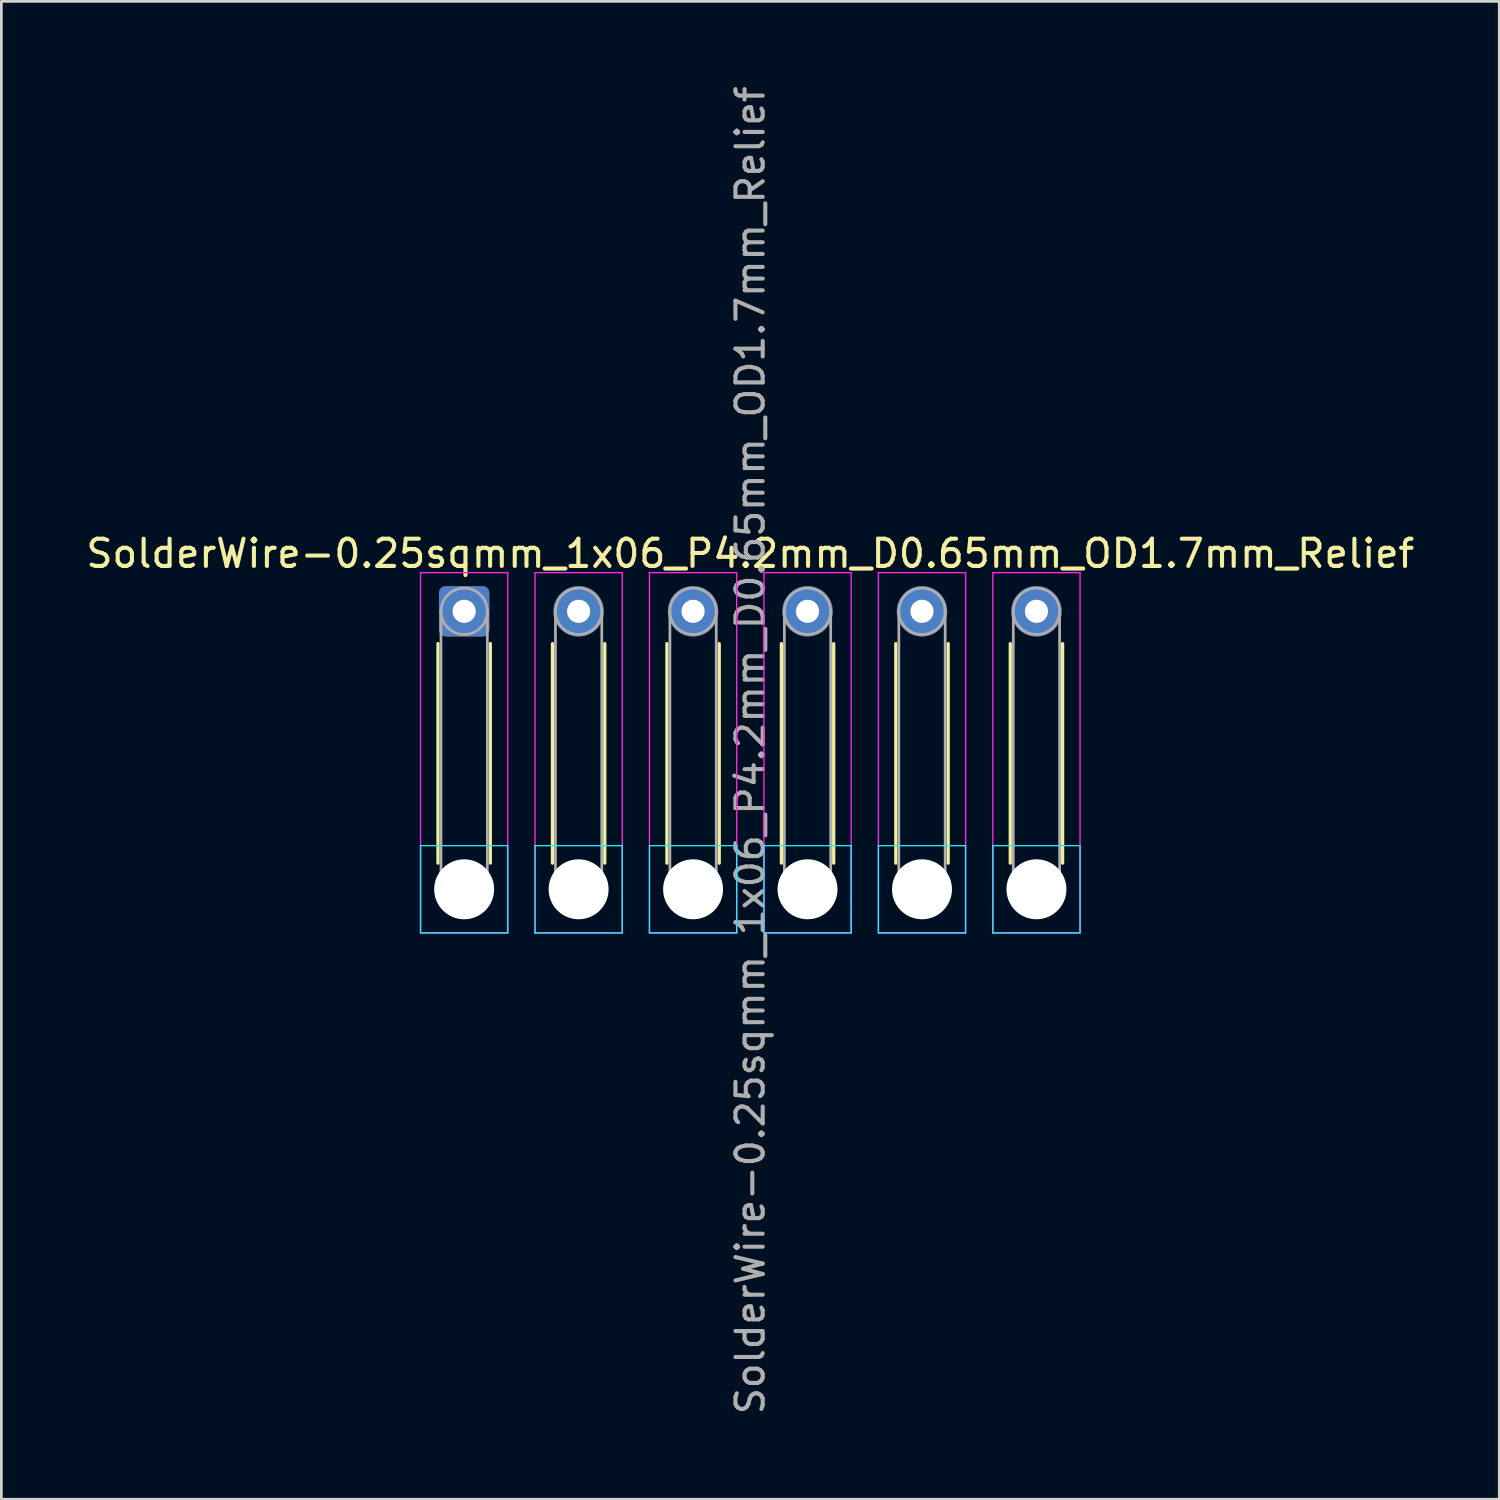
<source format=kicad_pcb>
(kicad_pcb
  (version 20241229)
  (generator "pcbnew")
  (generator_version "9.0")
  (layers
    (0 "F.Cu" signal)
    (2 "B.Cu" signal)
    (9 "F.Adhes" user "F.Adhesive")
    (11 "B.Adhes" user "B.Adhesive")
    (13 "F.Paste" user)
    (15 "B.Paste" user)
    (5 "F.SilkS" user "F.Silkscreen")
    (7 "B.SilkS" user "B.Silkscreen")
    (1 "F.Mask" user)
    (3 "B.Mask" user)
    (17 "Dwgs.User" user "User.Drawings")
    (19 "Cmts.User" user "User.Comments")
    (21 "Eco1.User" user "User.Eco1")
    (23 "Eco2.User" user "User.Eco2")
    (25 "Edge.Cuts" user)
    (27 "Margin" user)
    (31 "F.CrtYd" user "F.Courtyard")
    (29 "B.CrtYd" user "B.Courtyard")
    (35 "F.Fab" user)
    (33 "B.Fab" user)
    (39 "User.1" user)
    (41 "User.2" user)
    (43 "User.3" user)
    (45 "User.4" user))
  (footprint "SolderWire-0.25sqmm_1x06_P4.2mm_D0.65mm_OD1.7mm_Relief"
    (layer "F.Cu")
    (at 13.982 19.382)
    (property "Reference" "SolderWire-0.25sqmm_1x06_P4.2mm_D0.65mm_OD1.7mm_Relief" (at 10.5 -2.12 0) (layer "F.SilkS") (effects (font (size 1 1) (thickness 0.15))))
    (attr exclude_from_pos_files exclude_from_bom)
    (fp_line (start -0.96 1.185) (end -0.96 9.24) (stroke (width 0.12) (type solid)) (layer "F.SilkS"))
    (fp_line (start 0.96 1.185) (end 0.96 9.24) (stroke (width 0.12) (type solid)) (layer "F.SilkS"))
    (fp_line (start 3.24 1.185) (end 3.24 9.24) (stroke (width 0.12) (type solid)) (layer "F.SilkS"))
    (fp_line (start 5.16 1.185) (end 5.16 9.24) (stroke (width 0.12) (type solid)) (layer "F.SilkS"))
    (fp_line (start 7.44 1.185) (end 7.44 9.24) (stroke (width 0.12) (type solid)) (layer "F.SilkS"))
    (fp_line (start 9.36 1.185) (end 9.36 9.24) (stroke (width 0.12) (type solid)) (layer "F.SilkS"))
    (fp_line (start 11.64 1.185) (end 11.64 9.24) (stroke (width 0.12) (type solid)) (layer "F.SilkS"))
    (fp_line (start 13.56 1.185) (end 13.56 9.24) (stroke (width 0.12) (type solid)) (layer "F.SilkS"))
    (fp_line (start 15.84 1.185) (end 15.84 9.24) (stroke (width 0.12) (type solid)) (layer "F.SilkS"))
    (fp_line (start 17.76 1.185) (end 17.76 9.24) (stroke (width 0.12) (type solid)) (layer "F.SilkS"))
    (fp_line (start 20.04 1.185) (end 20.04 9.24) (stroke (width 0.12) (type solid)) (layer "F.SilkS"))
    (fp_line (start 21.96 1.185) (end 21.96 9.24) (stroke (width 0.12) (type solid)) (layer "F.SilkS"))
    (fp_line (start -1.6 8.6) (end -1.6 11.8) (stroke (width 0.05) (type solid)) (layer "B.CrtYd"))
    (fp_line (start -1.6 11.8) (end 1.6 11.8) (stroke (width 0.05) (type solid)) (layer "B.CrtYd"))
    (fp_line (start 1.6 8.6) (end -1.6 8.6) (stroke (width 0.05) (type solid)) (layer "B.CrtYd"))
    (fp_line (start 1.6 11.8) (end 1.6 8.6) (stroke (width 0.05) (type solid)) (layer "B.CrtYd"))
    (fp_line (start 2.6 8.6) (end 2.6 11.8) (stroke (width 0.05) (type solid)) (layer "B.CrtYd"))
    (fp_line (start 2.6 11.8) (end 5.8 11.8) (stroke (width 0.05) (type solid)) (layer "B.CrtYd"))
    (fp_line (start 5.8 8.6) (end 2.6 8.6) (stroke (width 0.05) (type solid)) (layer "B.CrtYd"))
    (fp_line (start 5.8 11.8) (end 5.8 8.6) (stroke (width 0.05) (type solid)) (layer "B.CrtYd"))
    (fp_line (start 6.8 8.6) (end 6.8 11.8) (stroke (width 0.05) (type solid)) (layer "B.CrtYd"))
    (fp_line (start 6.8 11.8) (end 10 11.8) (stroke (width 0.05) (type solid)) (layer "B.CrtYd"))
    (fp_line (start 10 8.6) (end 6.8 8.6) (stroke (width 0.05) (type solid)) (layer "B.CrtYd"))
    (fp_line (start 10 11.8) (end 10 8.6) (stroke (width 0.05) (type solid)) (layer "B.CrtYd"))
    (fp_line (start 11 8.6) (end 11 11.8) (stroke (width 0.05) (type solid)) (layer "B.CrtYd"))
    (fp_line (start 11 11.8) (end 14.2 11.8) (stroke (width 0.05) (type solid)) (layer "B.CrtYd"))
    (fp_line (start 14.2 8.6) (end 11 8.6) (stroke (width 0.05) (type solid)) (layer "B.CrtYd"))
    (fp_line (start 14.2 11.8) (end 14.2 8.6) (stroke (width 0.05) (type solid)) (layer "B.CrtYd"))
    (fp_line (start 15.2 8.6) (end 15.2 11.8) (stroke (width 0.05) (type solid)) (layer "B.CrtYd"))
    (fp_line (start 15.2 11.8) (end 18.4 11.8) (stroke (width 0.05) (type solid)) (layer "B.CrtYd"))
    (fp_line (start 18.4 8.6) (end 15.2 8.6) (stroke (width 0.05) (type solid)) (layer "B.CrtYd"))
    (fp_line (start 18.4 11.8) (end 18.4 8.6) (stroke (width 0.05) (type solid)) (layer "B.CrtYd"))
    (fp_line (start 19.4 8.6) (end 19.4 11.8) (stroke (width 0.05) (type solid)) (layer "B.CrtYd"))
    (fp_line (start 19.4 11.8) (end 22.6 11.8) (stroke (width 0.05) (type solid)) (layer "B.CrtYd"))
    (fp_line (start 22.6 8.6) (end 19.4 8.6) (stroke (width 0.05) (type solid)) (layer "B.CrtYd"))
    (fp_line (start 22.6 11.8) (end 22.6 8.6) (stroke (width 0.05) (type solid)) (layer "B.CrtYd"))
    (fp_line (start -1.6 -1.42) (end -1.6 11.8) (stroke (width 0.05) (type solid)) (layer "F.CrtYd"))
    (fp_line (start -1.6 11.8) (end 1.6 11.8) (stroke (width 0.05) (type solid)) (layer "F.CrtYd"))
    (fp_line (start 1.6 -1.42) (end -1.6 -1.42) (stroke (width 0.05) (type solid)) (layer "F.CrtYd"))
    (fp_line (start 1.6 11.8) (end 1.6 -1.42) (stroke (width 0.05) (type solid)) (layer "F.CrtYd"))
    (fp_line (start 2.6 -1.42) (end 2.6 11.8) (stroke (width 0.05) (type solid)) (layer "F.CrtYd"))
    (fp_line (start 2.6 11.8) (end 5.8 11.8) (stroke (width 0.05) (type solid)) (layer "F.CrtYd"))
    (fp_line (start 5.8 -1.42) (end 2.6 -1.42) (stroke (width 0.05) (type solid)) (layer "F.CrtYd"))
    (fp_line (start 5.8 11.8) (end 5.8 -1.42) (stroke (width 0.05) (type solid)) (layer "F.CrtYd"))
    (fp_line (start 6.8 -1.42) (end 6.8 11.8) (stroke (width 0.05) (type solid)) (layer "F.CrtYd"))
    (fp_line (start 6.8 11.8) (end 10 11.8) (stroke (width 0.05) (type solid)) (layer "F.CrtYd"))
    (fp_line (start 10 -1.42) (end 6.8 -1.42) (stroke (width 0.05) (type solid)) (layer "F.CrtYd"))
    (fp_line (start 10 11.8) (end 10 -1.42) (stroke (width 0.05) (type solid)) (layer "F.CrtYd"))
    (fp_line (start 11 -1.42) (end 11 11.8) (stroke (width 0.05) (type solid)) (layer "F.CrtYd"))
    (fp_line (start 11 11.8) (end 14.2 11.8) (stroke (width 0.05) (type solid)) (layer "F.CrtYd"))
    (fp_line (start 14.2 -1.42) (end 11 -1.42) (stroke (width 0.05) (type solid)) (layer "F.CrtYd"))
    (fp_line (start 14.2 11.8) (end 14.2 -1.42) (stroke (width 0.05) (type solid)) (layer "F.CrtYd"))
    (fp_line (start 15.2 -1.42) (end 15.2 11.8) (stroke (width 0.05) (type solid)) (layer "F.CrtYd"))
    (fp_line (start 15.2 11.8) (end 18.4 11.8) (stroke (width 0.05) (type solid)) (layer "F.CrtYd"))
    (fp_line (start 18.4 -1.42) (end 15.2 -1.42) (stroke (width 0.05) (type solid)) (layer "F.CrtYd"))
    (fp_line (start 18.4 11.8) (end 18.4 -1.42) (stroke (width 0.05) (type solid)) (layer "F.CrtYd"))
    (fp_line (start 19.4 -1.42) (end 19.4 11.8) (stroke (width 0.05) (type solid)) (layer "F.CrtYd"))
    (fp_line (start 19.4 11.8) (end 22.6 11.8) (stroke (width 0.05) (type solid)) (layer "F.CrtYd"))
    (fp_line (start 22.6 -1.42) (end 19.4 -1.42) (stroke (width 0.05) (type solid)) (layer "F.CrtYd"))
    (fp_line (start 22.6 11.8) (end 22.6 -1.42) (stroke (width 0.05) (type solid)) (layer "F.CrtYd"))
    (fp_line (start -0.85 0) (end -0.85 10.2) (stroke (width 0.1) (type solid)) (layer "F.Fab"))
    (fp_line (start 0.85 0) (end 0.85 10.2) (stroke (width 0.1) (type solid)) (layer "F.Fab"))
    (fp_line (start 3.35 0) (end 3.35 10.2) (stroke (width 0.1) (type solid)) (layer "F.Fab"))
    (fp_line (start 5.05 0) (end 5.05 10.2) (stroke (width 0.1) (type solid)) (layer "F.Fab"))
    (fp_line (start 7.55 0) (end 7.55 10.2) (stroke (width 0.1) (type solid)) (layer "F.Fab"))
    (fp_line (start 9.25 0) (end 9.25 10.2) (stroke (width 0.1) (type solid)) (layer "F.Fab"))
    (fp_line (start 11.75 0) (end 11.75 10.2) (stroke (width 0.1) (type solid)) (layer "F.Fab"))
    (fp_line (start 13.45 0) (end 13.45 10.2) (stroke (width 0.1) (type solid)) (layer "F.Fab"))
    (fp_line (start 15.95 0) (end 15.95 10.2) (stroke (width 0.1) (type solid)) (layer "F.Fab"))
    (fp_line (start 17.65 0) (end 17.65 10.2) (stroke (width 0.1) (type solid)) (layer "F.Fab"))
    (fp_line (start 20.15 0) (end 20.15 10.2) (stroke (width 0.1) (type solid)) (layer "F.Fab"))
    (fp_line (start 21.85 0) (end 21.85 10.2) (stroke (width 0.1) (type solid)) (layer "F.Fab"))
    (fp_circle (center 0 0) (end 0.85 0) (stroke (width 0.1) (type solid)) (fill no) (layer "F.Fab"))
    (fp_circle (center 0 10.2) (end 0.85 10.2) (stroke (width 0.1) (type solid)) (fill no) (layer "F.Fab"))
    (fp_circle (center 4.2 0) (end 5.05 0) (stroke (width 0.1) (type solid)) (fill no) (layer "F.Fab"))
    (fp_circle (center 4.2 10.2) (end 5.05 10.2) (stroke (width 0.1) (type solid)) (fill no) (layer "F.Fab"))
    (fp_circle (center 8.4 0) (end 9.25 0) (stroke (width 0.1) (type solid)) (fill no) (layer "F.Fab"))
    (fp_circle (center 8.4 10.2) (end 9.25 10.2) (stroke (width 0.1) (type solid)) (fill no) (layer "F.Fab"))
    (fp_circle (center 12.6 0) (end 13.45 0) (stroke (width 0.1) (type solid)) (fill no) (layer "F.Fab"))
    (fp_circle (center 12.6 10.2) (end 13.45 10.2) (stroke (width 0.1) (type solid)) (fill no) (layer "F.Fab"))
    (fp_circle (center 16.8 0) (end 17.65 0) (stroke (width 0.1) (type solid)) (fill no) (layer "F.Fab"))
    (fp_circle (center 16.8 10.2) (end 17.65 10.2) (stroke (width 0.1) (type solid)) (fill no) (layer "F.Fab"))
    (fp_circle (center 21 0) (end 21.85 0) (stroke (width 0.1) (type solid)) (fill no) (layer "F.Fab"))
    (fp_circle (center 21 10.2) (end 21.85 10.2) (stroke (width 0.1) (type solid)) (fill no) (layer "F.Fab"))
    (fp_text user "${REFERENCE}" (at 10.5 5.1 90) (layer "F.Fab") (effects (font (size 1 1) (thickness 0.15))))
    (pad "" np_thru_hole circle (at 0 10.2) (size 2.2 2.2) (drill 2.2) (layers "*.Cu" "*.Mask"))
    (pad "" np_thru_hole circle (at 4.2 10.2) (size 2.2 2.2) (drill 2.2) (layers "*.Cu" "*.Mask"))
    (pad "" np_thru_hole circle (at 8.4 10.2) (size 2.2 2.2) (drill 2.2) (layers "*.Cu" "*.Mask"))
    (pad "" np_thru_hole circle (at 12.6 10.2) (size 2.2 2.2) (drill 2.2) (layers "*.Cu" "*.Mask"))
    (pad "" np_thru_hole circle (at 16.8 10.2) (size 2.2 2.2) (drill 2.2) (layers "*.Cu" "*.Mask"))
    (pad "" np_thru_hole circle (at 21 10.2) (size 2.2 2.2) (drill 2.2) (layers "*.Cu" "*.Mask"))
    (pad "1" thru_hole roundrect (at 0 0) (size 1.85 1.85) (drill 0.85) (layers "*.Cu" "*.Mask") (roundrect_rratio 0.135))
    (pad "2" thru_hole circle (at 4.2 0) (size 1.85 1.85) (drill 0.85) (layers "*.Cu" "*.Mask"))
    (pad "3" thru_hole circle (at 8.4 0) (size 1.85 1.85) (drill 0.85) (layers "*.Cu" "*.Mask"))
    (pad "4" thru_hole circle (at 12.6 0) (size 1.85 1.85) (drill 0.85) (layers "*.Cu" "*.Mask"))
    (pad "5" thru_hole circle (at 16.8 0) (size 1.85 1.85) (drill 0.85) (layers "*.Cu" "*.Mask"))
    (pad "6" thru_hole circle (at 21 0) (size 1.85 1.85) (drill 0.85) (layers "*.Cu" "*.Mask")))
  (gr_rect
    (start -3 -3)
    (end 51.964 51.964)
    (stroke (width 0.1) (type default))
    (fill no)
    (layer "Edge.Cuts")))
</source>
